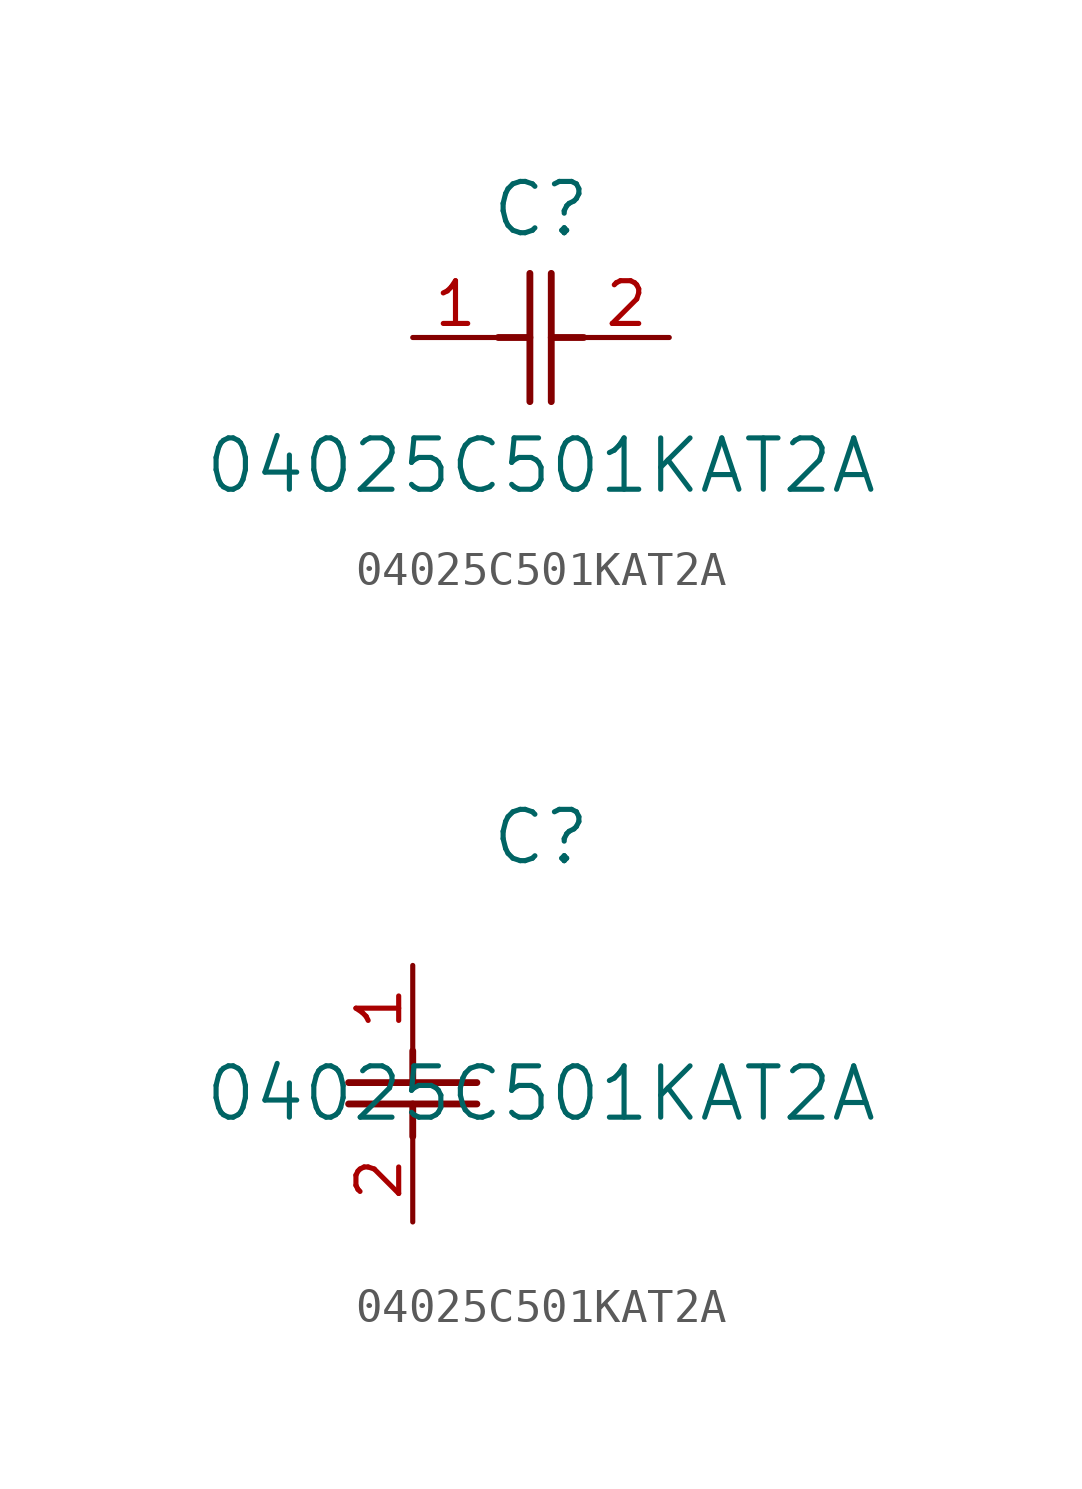
<source format=kicad_sym>
(kicad_symbol_lib
  (version 20211014)
  (generator kicad_symbol_editor)
  (symbol "04025C501KAT2A"
    (pin_names
      (offset 0.254))
    (property "Reference" "C"
      (at 3.81 3.81 0)
      (effects (font (size 1.524 1.524))))
    (property "Value" "04025C501KAT2A"
      (at 3.81 -3.81 0)
      (effects (font (size 1.524 1.524))))
    (symbol "04025C501KAT2A_1_1"
      (polyline (pts (xy 3.48 -1.905) (xy 3.48 1.905)) (stroke (width 0.203) (type default) (color 0 0 0 0)) (fill (type none)))
      (polyline (pts (xy 4.115 -1.905) (xy 4.115 1.905)) (stroke (width 0.203) (type default) (color 0 0 0 0)) (fill (type none)))
      (polyline (pts (xy 4.115 0) (xy 5.08 0)) (stroke (width 0.203) (type default) (color 0 0 0 0)) (fill (type none)))
      (polyline (pts (xy 2.54 0) (xy 3.48 0)) (stroke (width 0.203) (type default) (color 0 0 0 0)) (fill (type none)))
      (pin unspecified line (at 0 0 0) (length 2.54) (name "" (effects (font (size 1.27 1.27)))) (number "1" (effects (font (size 1.27 1.27)))))
      (pin unspecified line (at 7.62 0 180) (length 2.54) (name "" (effects (font (size 1.27 1.27)))) (number "2" (effects (font (size 1.27 1.27))))))
    (symbol "04025C501KAT2A_1_2"
      (polyline (pts (xy -1.905 -3.48) (xy 1.905 -3.48)) (stroke (width 0.203) (type default) (color 0 0 0 0)) (fill (type none)))
      (polyline (pts (xy -1.905 -4.115) (xy 1.905 -4.115)) (stroke (width 0.203) (type default) (color 0 0 0 0)) (fill (type none)))
      (polyline (pts (xy 0 -4.115) (xy 0 -5.08)) (stroke (width 0.203) (type default) (color 0 0 0 0)) (fill (type none)))
      (polyline (pts (xy 0 -2.54) (xy 0 -3.48)) (stroke (width 0.203) (type default) (color 0 0 0 0)) (fill (type none)))
      (pin unspecified line (at 0 0 270) (length 2.54) (name "" (effects (font (size 1.27 1.27)))) (number "1" (effects (font (size 1.27 1.27)))))
      (pin unspecified line (at 0 -7.62 90) (length 2.54) (name "" (effects (font (size 1.27 1.27)))) (number "2" (effects (font (size 1.27 1.27))))))))
</source>
